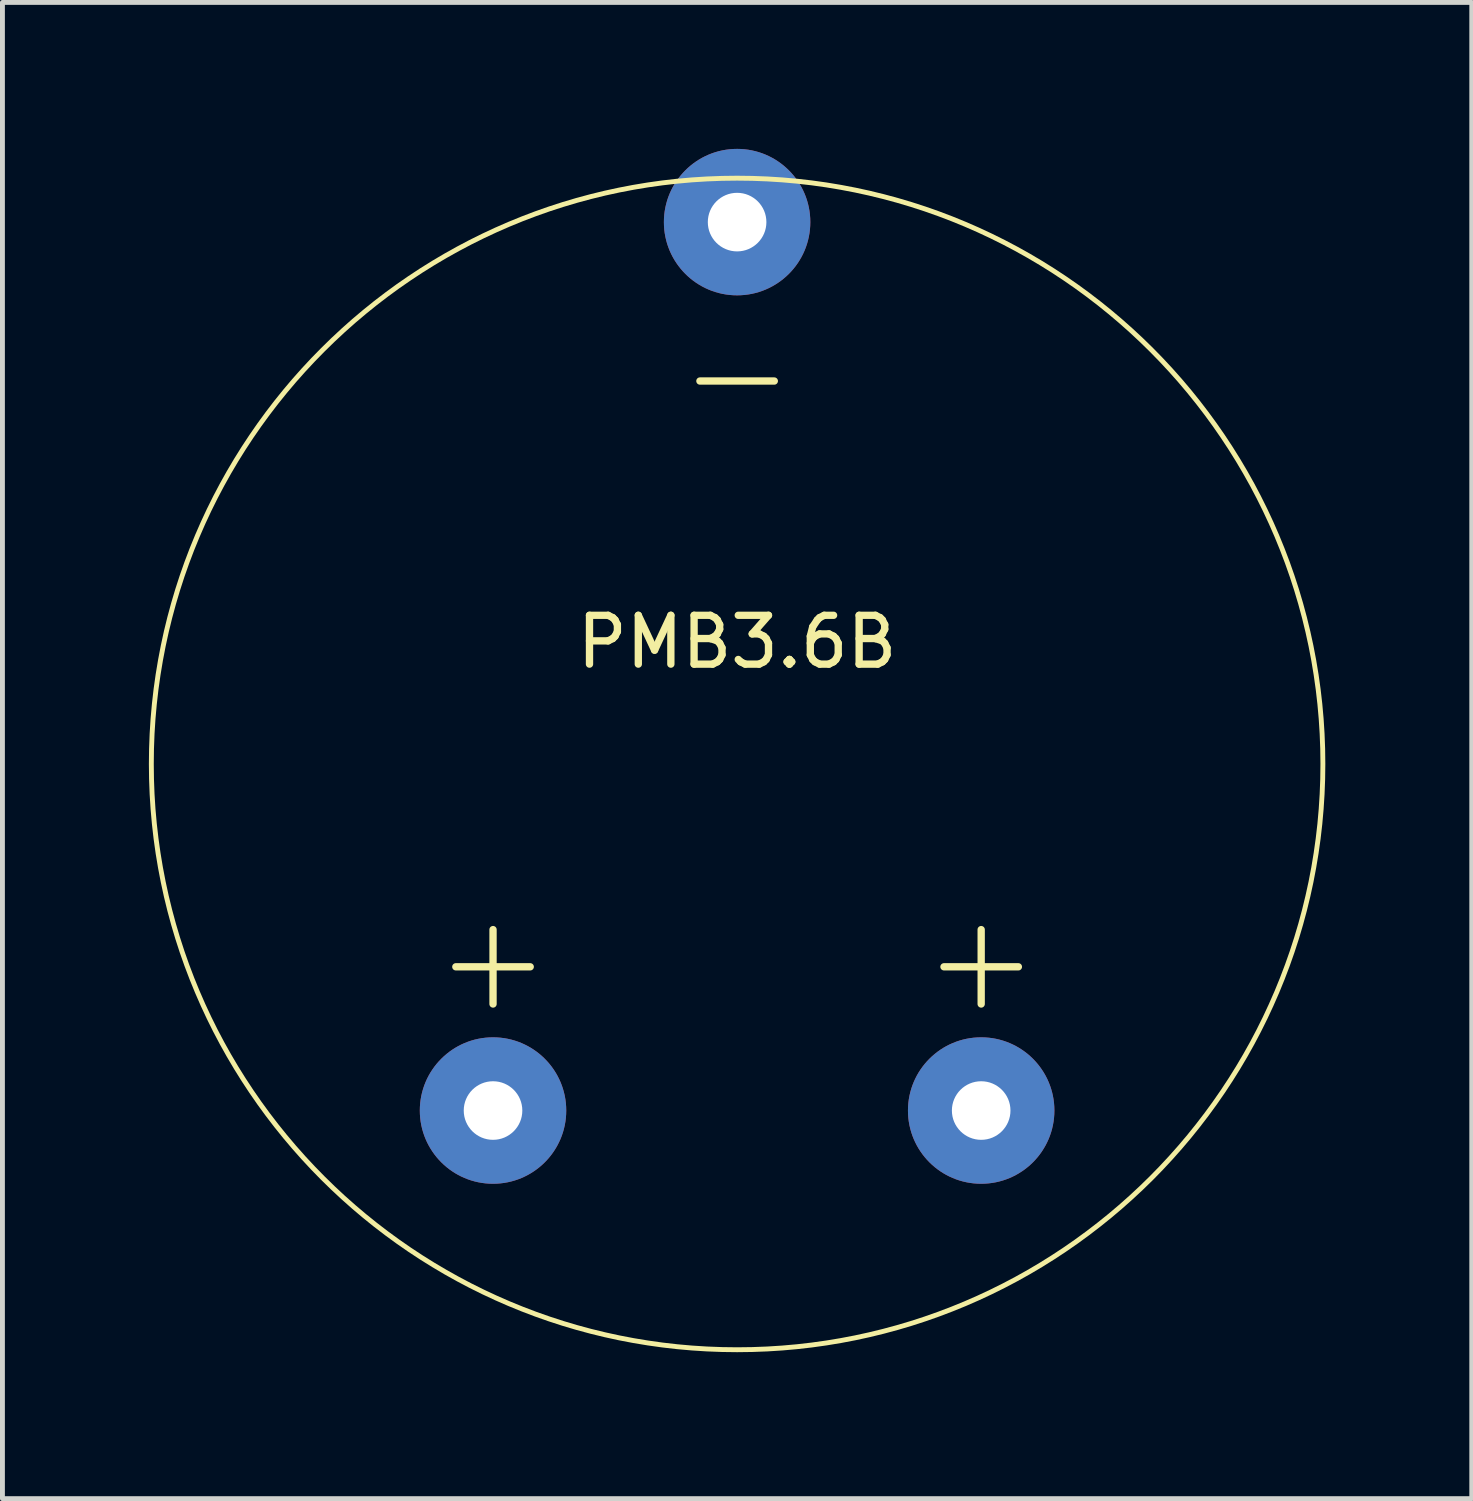
<source format=kicad_pcb>
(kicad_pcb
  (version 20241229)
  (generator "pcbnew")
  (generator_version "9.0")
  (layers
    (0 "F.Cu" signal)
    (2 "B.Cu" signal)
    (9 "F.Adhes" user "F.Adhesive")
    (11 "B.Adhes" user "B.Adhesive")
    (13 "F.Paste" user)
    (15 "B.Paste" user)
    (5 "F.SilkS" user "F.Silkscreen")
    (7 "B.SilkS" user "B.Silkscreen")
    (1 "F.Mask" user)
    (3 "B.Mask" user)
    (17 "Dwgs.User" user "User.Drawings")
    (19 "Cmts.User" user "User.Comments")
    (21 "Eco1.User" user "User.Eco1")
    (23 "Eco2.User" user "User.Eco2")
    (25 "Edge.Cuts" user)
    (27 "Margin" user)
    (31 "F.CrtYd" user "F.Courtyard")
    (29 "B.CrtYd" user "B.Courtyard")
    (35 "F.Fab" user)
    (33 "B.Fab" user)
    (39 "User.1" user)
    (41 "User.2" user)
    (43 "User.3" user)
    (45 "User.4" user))
  (footprint "PMB3.6B"
    (layer "F.Cu")
    (at 12.05 10.6)
    (property "Reference" "PMB3.6B" (at 0 -0.5 0) (unlocked yes) (layer "F.SilkS") (effects (font (size 1 1) (thickness 0.15))))
    (attr through_hole)
    (fp_circle (center 0 2) (end 0 -10) (stroke (width 0.1) (type default)) (fill no) (layer "F.SilkS"))
    (fp_text user "-" (at 0 -6 0) (unlocked yes) (layer "F.SilkS") (effects (font (size 2 2) (thickness 0.15))))
    (fp_text user "+" (at 5 6 0) (unlocked yes) (layer "F.SilkS") (effects (font (size 2 2) (thickness 0.15))))
    (fp_text user "+" (at -5 6 0) (unlocked yes) (layer "F.SilkS") (effects (font (size 2 2) (thickness 0.15))))
    (pad "1" thru_hole circle (at -5 9.1) (size 3 3) (drill 1.2) (layers "*.Cu" "*.Mask"))
    (pad "1" thru_hole circle (at 5 9.1) (size 3 3) (drill 1.2) (layers "*.Cu" "*.Mask"))
    (pad "2" thru_hole circle (at 0 -9.1) (size 3 3) (drill 1.2) (layers "*.Cu" "*.Mask")))
  (gr_rect
    (start -3 -3)
    (end 27.1 27.65)
    (stroke (width 0.1) (type default))
    (fill no)
    (layer "Edge.Cuts")))
</source>
